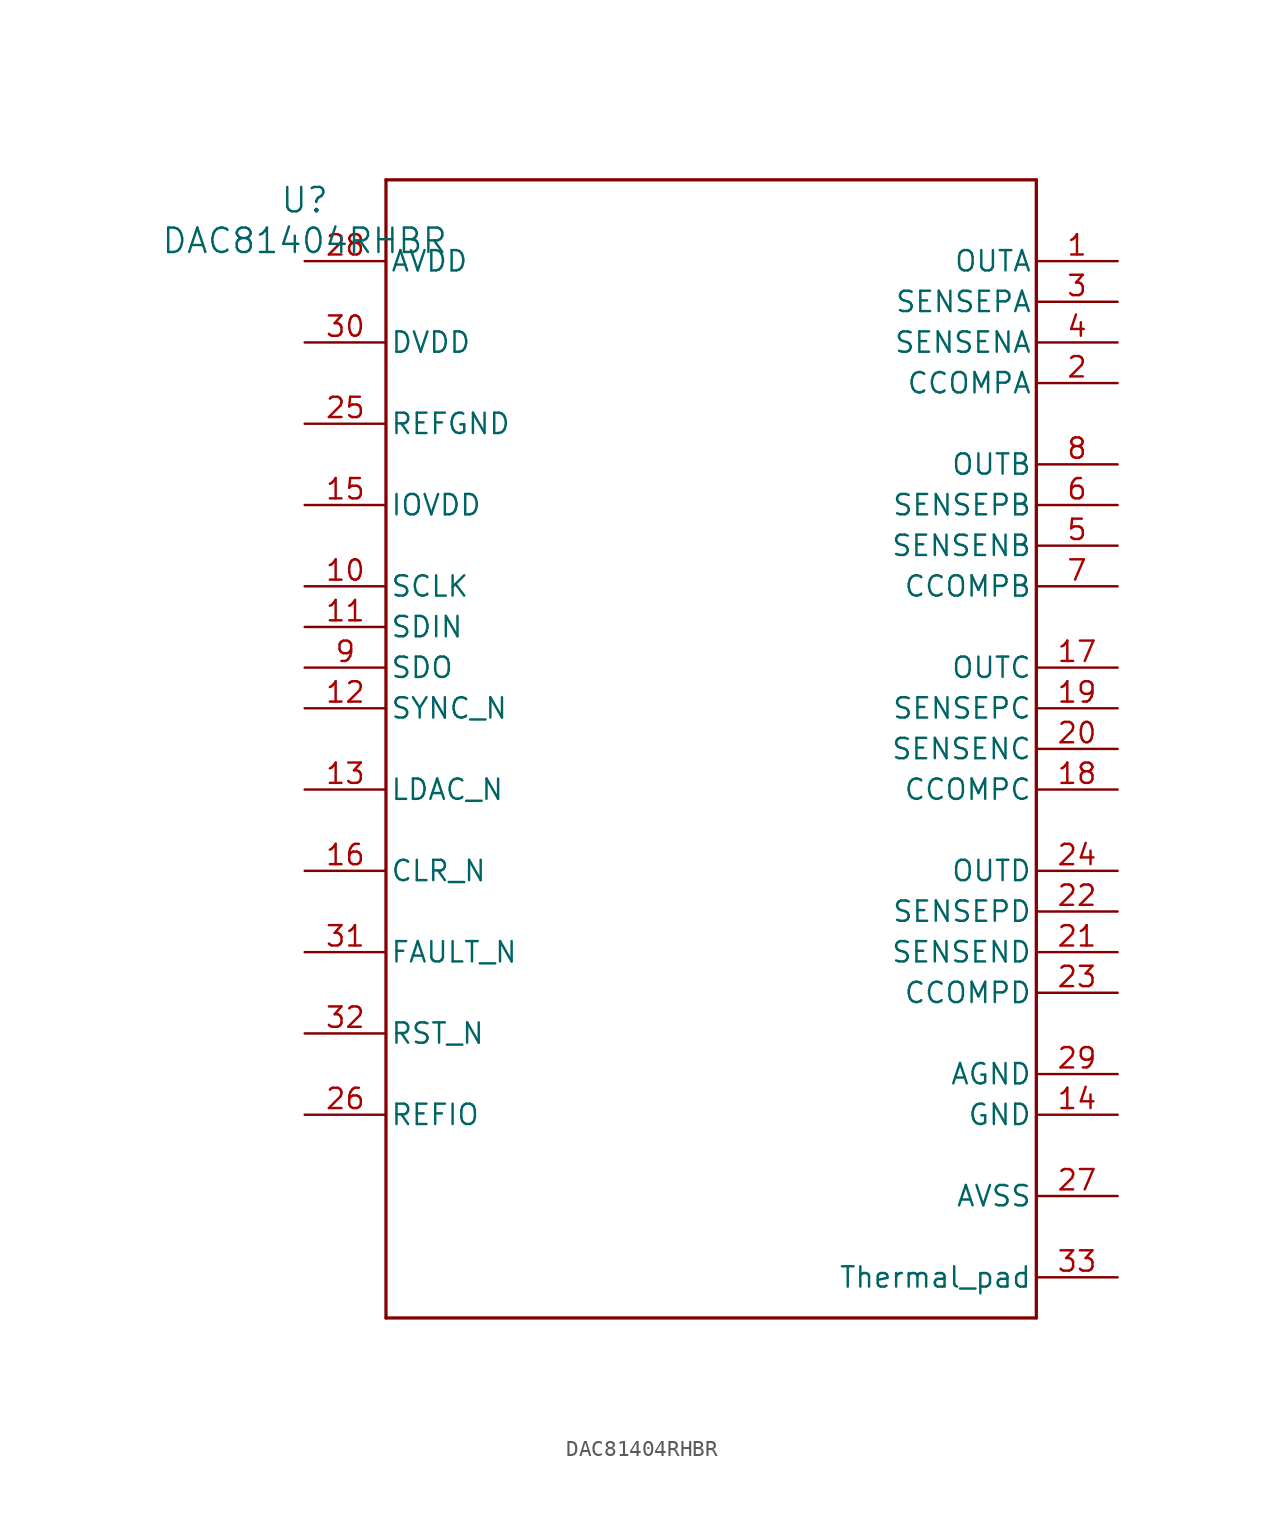
<source format=kicad_sym>
(kicad_symbol_lib
  (version 20211014)
  (generator kicad_symbol_editor)
  (symbol "DAC81404RHBR"
    (pin_names
      (offset 0.254))
    (property "Reference" "U"
      (at 0 2.54 0)
      (effects (font (size 1.524 1.524))))
    (property "Value" "DAC81404RHBR"
      (at 0 0 0)
      (effects (font (size 1.524 1.524))))
    (symbol "DAC81404RHBR_0_1"
      (polyline (pts (xy 5.08 -67.31) (xy 45.72 -67.31)) (stroke (width 0.203) (type default) (color 0 0 0 0)) (fill (type none)))
      (polyline (pts (xy 45.72 -67.31) (xy 45.72 3.81)) (stroke (width 0.203) (type default) (color 0 0 0 0)) (fill (type none)))
      (polyline (pts (xy 45.72 3.81) (xy 5.08 3.81)) (stroke (width 0.203) (type default) (color 0 0 0 0)) (fill (type none)))
      (polyline (pts (xy 5.08 3.81) (xy 5.08 -67.31)) (stroke (width 0.203) (type default) (color 0 0 0 0)) (fill (type none)))
      (pin unspecified line (at 50.8 -1.27 180) (length 5.08) (name "OUTA" (effects (font (size 1.27 1.27)))) (number "1" (effects (font (size 1.27 1.27)))))
      (pin unspecified line (at 50.8 -8.89 180) (length 5.08) (name "CCOMPA" (effects (font (size 1.27 1.27)))) (number "2" (effects (font (size 1.27 1.27)))))
      (pin unspecified line (at 50.8 -3.81 180) (length 5.08) (name "SENSEPA" (effects (font (size 1.27 1.27)))) (number "3" (effects (font (size 1.27 1.27)))))
      (pin unspecified line (at 50.8 -6.35 180) (length 5.08) (name "SENSENA" (effects (font (size 1.27 1.27)))) (number "4" (effects (font (size 1.27 1.27)))))
      (pin unspecified line (at 50.8 -19.05 180) (length 5.08) (name "SENSENB" (effects (font (size 1.27 1.27)))) (number "5" (effects (font (size 1.27 1.27)))))
      (pin unspecified line (at 50.8 -16.51 180) (length 5.08) (name "SENSEPB" (effects (font (size 1.27 1.27)))) (number "6" (effects (font (size 1.27 1.27)))))
      (pin unspecified line (at 50.8 -21.59 180) (length 5.08) (name "CCOMPB" (effects (font (size 1.27 1.27)))) (number "7" (effects (font (size 1.27 1.27)))))
      (pin unspecified line (at 50.8 -13.97 180) (length 5.08) (name "OUTB" (effects (font (size 1.27 1.27)))) (number "8" (effects (font (size 1.27 1.27)))))
      (pin output line (at 0 -26.67 0) (length 5.08) (name "SDO" (effects (font (size 1.27 1.27)))) (number "9" (effects (font (size 1.27 1.27)))))
      (pin input line (at 0 -21.59 0) (length 5.08) (name "SCLK" (effects (font (size 1.27 1.27)))) (number "10" (effects (font (size 1.27 1.27)))))
      (pin input line (at 0 -24.13 0) (length 5.08) (name "SDIN" (effects (font (size 1.27 1.27)))) (number "11" (effects (font (size 1.27 1.27)))))
      (pin input line (at 0 -29.21 0) (length 5.08) (name "SYNC_N" (effects (font (size 1.27 1.27)))) (number "12" (effects (font (size 1.27 1.27)))))
      (pin input line (at 0 -34.29 0) (length 5.08) (name "LDAC_N" (effects (font (size 1.27 1.27)))) (number "13" (effects (font (size 1.27 1.27)))))
      (pin power_in line (at 50.8 -54.61 180) (length 5.08) (name "GND" (effects (font (size 1.27 1.27)))) (number "14" (effects (font (size 1.27 1.27)))))
      (pin power_in line (at 0 -16.51 0) (length 5.08) (name "IOVDD" (effects (font (size 1.27 1.27)))) (number "15" (effects (font (size 1.27 1.27)))))
      (pin input line (at 0 -39.37 0) (length 5.08) (name "CLR_N" (effects (font (size 1.27 1.27)))) (number "16" (effects (font (size 1.27 1.27)))))
      (pin unspecified line (at 50.8 -26.67 180) (length 5.08) (name "OUTC" (effects (font (size 1.27 1.27)))) (number "17" (effects (font (size 1.27 1.27)))))
      (pin unspecified line (at 50.8 -34.29 180) (length 5.08) (name "CCOMPC" (effects (font (size 1.27 1.27)))) (number "18" (effects (font (size 1.27 1.27)))))
      (pin unspecified line (at 50.8 -29.21 180) (length 5.08) (name "SENSEPC" (effects (font (size 1.27 1.27)))) (number "19" (effects (font (size 1.27 1.27)))))
      (pin unspecified line (at 50.8 -31.75 180) (length 5.08) (name "SENSENC" (effects (font (size 1.27 1.27)))) (number "20" (effects (font (size 1.27 1.27)))))
      (pin unspecified line (at 50.8 -44.45 180) (length 5.08) (name "SENSEND" (effects (font (size 1.27 1.27)))) (number "21" (effects (font (size 1.27 1.27)))))
      (pin unspecified line (at 50.8 -41.91 180) (length 5.08) (name "SENSEPD" (effects (font (size 1.27 1.27)))) (number "22" (effects (font (size 1.27 1.27)))))
      (pin unspecified line (at 50.8 -46.99 180) (length 5.08) (name "CCOMPD" (effects (font (size 1.27 1.27)))) (number "23" (effects (font (size 1.27 1.27)))))
      (pin unspecified line (at 50.8 -39.37 180) (length 5.08) (name "OUTD" (effects (font (size 1.27 1.27)))) (number "24" (effects (font (size 1.27 1.27)))))
      (pin power_in line (at 0 -11.43 0) (length 5.08) (name "REFGND" (effects (font (size 1.27 1.27)))) (number "25" (effects (font (size 1.27 1.27)))))
      (pin bidirectional line (at 0 -54.61 0) (length 5.08) (name "REFIO" (effects (font (size 1.27 1.27)))) (number "26" (effects (font (size 1.27 1.27)))))
      (pin power_in line (at 50.8 -59.69 180) (length 5.08) (name "AVSS" (effects (font (size 1.27 1.27)))) (number "27" (effects (font (size 1.27 1.27)))))
      (pin power_in line (at 0 -1.27 0) (length 5.08) (name "AVDD" (effects (font (size 1.27 1.27)))) (number "28" (effects (font (size 1.27 1.27)))))
      (pin power_in line (at 50.8 -52.07 180) (length 5.08) (name "AGND" (effects (font (size 1.27 1.27)))) (number "29" (effects (font (size 1.27 1.27)))))
      (pin power_in line (at 0 -6.35 0) (length 5.08) (name "DVDD" (effects (font (size 1.27 1.27)))) (number "30" (effects (font (size 1.27 1.27)))))
      (pin open_collector line (at 0 -44.45 0) (length 5.08) (name "FAULT_N" (effects (font (size 1.27 1.27)))) (number "31" (effects (font (size 1.27 1.27)))))
      (pin input line (at 0 -49.53 0) (length 5.08) (name "RST_N" (effects (font (size 1.27 1.27)))) (number "32" (effects (font (size 1.27 1.27)))))
      (pin unspecified line (at 50.8 -64.77 180) (length 5.08) (name "Thermal_pad" (effects (font (size 1.27 1.27)))) (number "33" (effects (font (size 1.27 1.27))))))))
</source>
